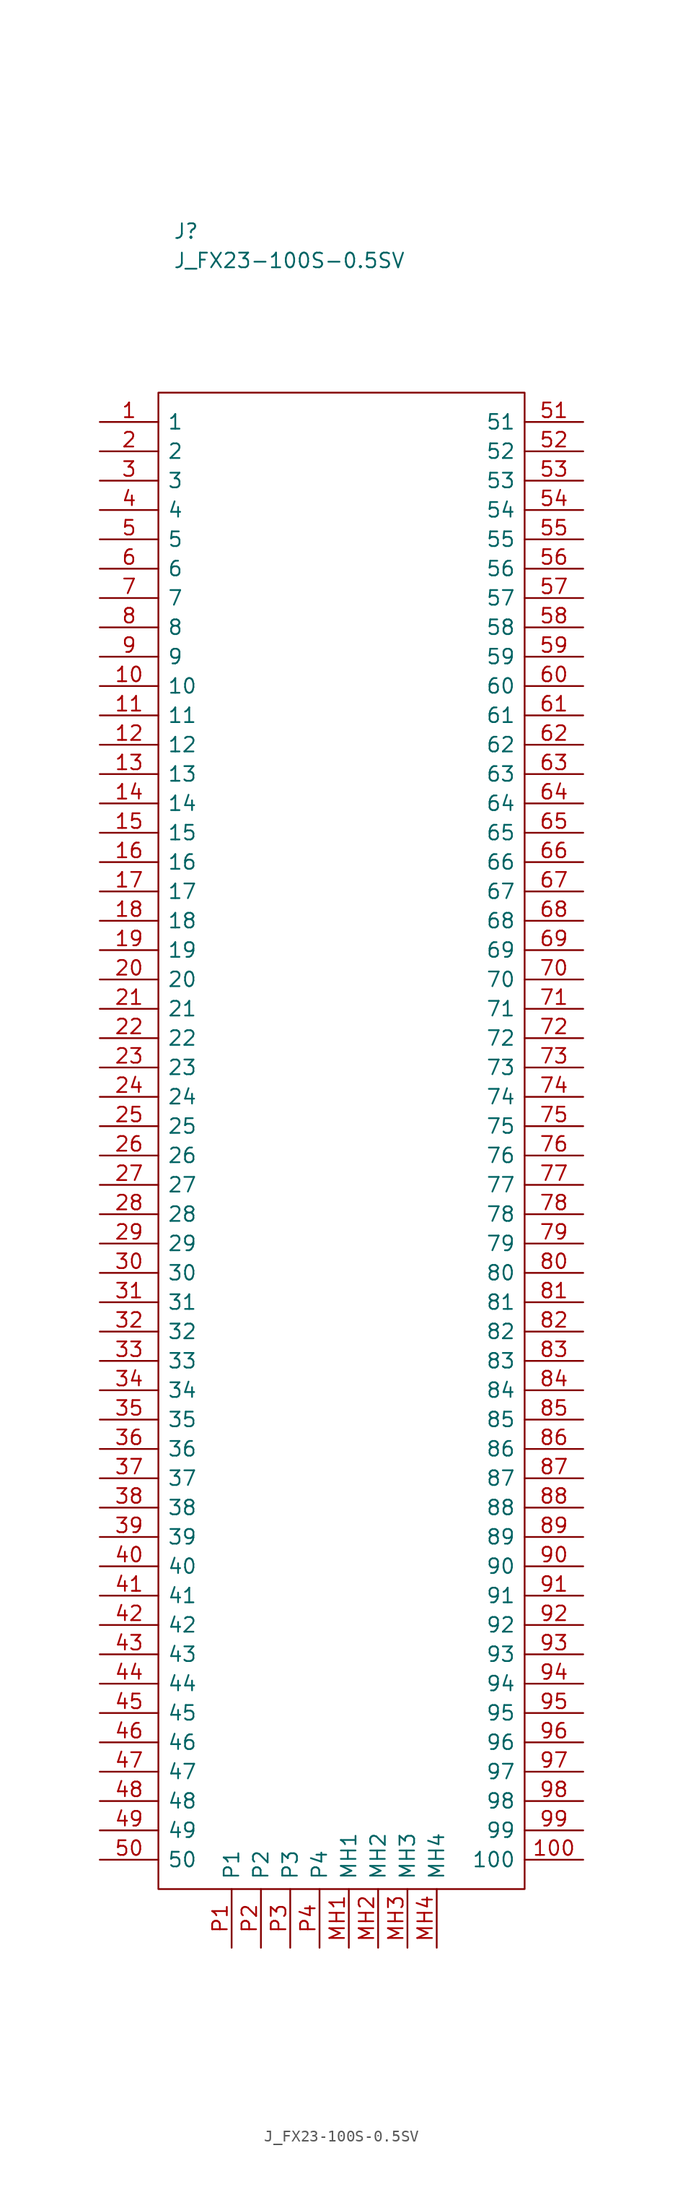
<source format=kicad_sym>
(kicad_symbol_lib
  (version 20211014)
  (generator kicad_symbol_editor)
  (symbol "J_FX23-100S-0.5SV"
    (pin_names
      (offset 0.762))
    (property "Reference" "J"
      (at 6.35 16.51 0)
      (effects (font (size 1.27 1.27)) (justify left)))
    (property "Value" "J_FX23-100S-0.5SV"
      (at 6.35 13.97 0)
      (effects (font (size 1.27 1.27)) (justify left)))
    (symbol "J_FX23-100S-0.5SV_1_1"
      (polyline (pts (xy 5.08 2.54) (xy 36.83 2.54) (xy 36.83 -127) (xy 5.08 -127) (xy 5.08 2.54)) (stroke (width 0.152) (type default) (color 0 0 0 0)) (fill (type none)))
      (pin passive line (at 0 0 0) (length 5.08) (name "1" (effects (font (size 1.27 1.27)))) (number "1" (effects (font (size 1.27 1.27)))))
      (pin passive line (at 0 -22.86 0) (length 5.08) (name "10" (effects (font (size 1.27 1.27)))) (number "10" (effects (font (size 1.27 1.27)))))
      (pin passive line (at 41.91 -124.46 180) (length 5.08) (name "100" (effects (font (size 1.27 1.27)))) (number "100" (effects (font (size 1.27 1.27)))))
      (pin passive line (at 0 -25.4 0) (length 5.08) (name "11" (effects (font (size 1.27 1.27)))) (number "11" (effects (font (size 1.27 1.27)))))
      (pin passive line (at 0 -27.94 0) (length 5.08) (name "12" (effects (font (size 1.27 1.27)))) (number "12" (effects (font (size 1.27 1.27)))))
      (pin passive line (at 0 -30.48 0) (length 5.08) (name "13" (effects (font (size 1.27 1.27)))) (number "13" (effects (font (size 1.27 1.27)))))
      (pin passive line (at 0 -33.02 0) (length 5.08) (name "14" (effects (font (size 1.27 1.27)))) (number "14" (effects (font (size 1.27 1.27)))))
      (pin passive line (at 0 -35.56 0) (length 5.08) (name "15" (effects (font (size 1.27 1.27)))) (number "15" (effects (font (size 1.27 1.27)))))
      (pin passive line (at 0 -38.1 0) (length 5.08) (name "16" (effects (font (size 1.27 1.27)))) (number "16" (effects (font (size 1.27 1.27)))))
      (pin passive line (at 0 -40.64 0) (length 5.08) (name "17" (effects (font (size 1.27 1.27)))) (number "17" (effects (font (size 1.27 1.27)))))
      (pin passive line (at 0 -43.18 0) (length 5.08) (name "18" (effects (font (size 1.27 1.27)))) (number "18" (effects (font (size 1.27 1.27)))))
      (pin passive line (at 0 -45.72 0) (length 5.08) (name "19" (effects (font (size 1.27 1.27)))) (number "19" (effects (font (size 1.27 1.27)))))
      (pin passive line (at 0 -2.54 0) (length 5.08) (name "2" (effects (font (size 1.27 1.27)))) (number "2" (effects (font (size 1.27 1.27)))))
      (pin passive line (at 0 -48.26 0) (length 5.08) (name "20" (effects (font (size 1.27 1.27)))) (number "20" (effects (font (size 1.27 1.27)))))
      (pin passive line (at 0 -50.8 0) (length 5.08) (name "21" (effects (font (size 1.27 1.27)))) (number "21" (effects (font (size 1.27 1.27)))))
      (pin passive line (at 0 -53.34 0) (length 5.08) (name "22" (effects (font (size 1.27 1.27)))) (number "22" (effects (font (size 1.27 1.27)))))
      (pin passive line (at 0 -55.88 0) (length 5.08) (name "23" (effects (font (size 1.27 1.27)))) (number "23" (effects (font (size 1.27 1.27)))))
      (pin passive line (at 0 -58.42 0) (length 5.08) (name "24" (effects (font (size 1.27 1.27)))) (number "24" (effects (font (size 1.27 1.27)))))
      (pin passive line (at 0 -60.96 0) (length 5.08) (name "25" (effects (font (size 1.27 1.27)))) (number "25" (effects (font (size 1.27 1.27)))))
      (pin passive line (at 0 -63.5 0) (length 5.08) (name "26" (effects (font (size 1.27 1.27)))) (number "26" (effects (font (size 1.27 1.27)))))
      (pin passive line (at 0 -66.04 0) (length 5.08) (name "27" (effects (font (size 1.27 1.27)))) (number "27" (effects (font (size 1.27 1.27)))))
      (pin passive line (at 0 -68.58 0) (length 5.08) (name "28" (effects (font (size 1.27 1.27)))) (number "28" (effects (font (size 1.27 1.27)))))
      (pin passive line (at 0 -71.12 0) (length 5.08) (name "29" (effects (font (size 1.27 1.27)))) (number "29" (effects (font (size 1.27 1.27)))))
      (pin passive line (at 0 -5.08 0) (length 5.08) (name "3" (effects (font (size 1.27 1.27)))) (number "3" (effects (font (size 1.27 1.27)))))
      (pin passive line (at 0 -73.66 0) (length 5.08) (name "30" (effects (font (size 1.27 1.27)))) (number "30" (effects (font (size 1.27 1.27)))))
      (pin passive line (at 0 -76.2 0) (length 5.08) (name "31" (effects (font (size 1.27 1.27)))) (number "31" (effects (font (size 1.27 1.27)))))
      (pin passive line (at 0 -78.74 0) (length 5.08) (name "32" (effects (font (size 1.27 1.27)))) (number "32" (effects (font (size 1.27 1.27)))))
      (pin passive line (at 0 -81.28 0) (length 5.08) (name "33" (effects (font (size 1.27 1.27)))) (number "33" (effects (font (size 1.27 1.27)))))
      (pin passive line (at 0 -83.82 0) (length 5.08) (name "34" (effects (font (size 1.27 1.27)))) (number "34" (effects (font (size 1.27 1.27)))))
      (pin passive line (at 0 -86.36 0) (length 5.08) (name "35" (effects (font (size 1.27 1.27)))) (number "35" (effects (font (size 1.27 1.27)))))
      (pin passive line (at 0 -88.9 0) (length 5.08) (name "36" (effects (font (size 1.27 1.27)))) (number "36" (effects (font (size 1.27 1.27)))))
      (pin passive line (at 0 -91.44 0) (length 5.08) (name "37" (effects (font (size 1.27 1.27)))) (number "37" (effects (font (size 1.27 1.27)))))
      (pin passive line (at 0 -93.98 0) (length 5.08) (name "38" (effects (font (size 1.27 1.27)))) (number "38" (effects (font (size 1.27 1.27)))))
      (pin passive line (at 0 -96.52 0) (length 5.08) (name "39" (effects (font (size 1.27 1.27)))) (number "39" (effects (font (size 1.27 1.27)))))
      (pin passive line (at 0 -7.62 0) (length 5.08) (name "4" (effects (font (size 1.27 1.27)))) (number "4" (effects (font (size 1.27 1.27)))))
      (pin passive line (at 0 -99.06 0) (length 5.08) (name "40" (effects (font (size 1.27 1.27)))) (number "40" (effects (font (size 1.27 1.27)))))
      (pin passive line (at 0 -101.6 0) (length 5.08) (name "41" (effects (font (size 1.27 1.27)))) (number "41" (effects (font (size 1.27 1.27)))))
      (pin passive line (at 0 -104.14 0) (length 5.08) (name "42" (effects (font (size 1.27 1.27)))) (number "42" (effects (font (size 1.27 1.27)))))
      (pin passive line (at 0 -106.68 0) (length 5.08) (name "43" (effects (font (size 1.27 1.27)))) (number "43" (effects (font (size 1.27 1.27)))))
      (pin passive line (at 0 -109.22 0) (length 5.08) (name "44" (effects (font (size 1.27 1.27)))) (number "44" (effects (font (size 1.27 1.27)))))
      (pin passive line (at 0 -111.76 0) (length 5.08) (name "45" (effects (font (size 1.27 1.27)))) (number "45" (effects (font (size 1.27 1.27)))))
      (pin passive line (at 0 -114.3 0) (length 5.08) (name "46" (effects (font (size 1.27 1.27)))) (number "46" (effects (font (size 1.27 1.27)))))
      (pin passive line (at 0 -116.84 0) (length 5.08) (name "47" (effects (font (size 1.27 1.27)))) (number "47" (effects (font (size 1.27 1.27)))))
      (pin passive line (at 0 -119.38 0) (length 5.08) (name "48" (effects (font (size 1.27 1.27)))) (number "48" (effects (font (size 1.27 1.27)))))
      (pin passive line (at 0 -121.92 0) (length 5.08) (name "49" (effects (font (size 1.27 1.27)))) (number "49" (effects (font (size 1.27 1.27)))))
      (pin passive line (at 0 -10.16 0) (length 5.08) (name "5" (effects (font (size 1.27 1.27)))) (number "5" (effects (font (size 1.27 1.27)))))
      (pin passive line (at 0 -124.46 0) (length 5.08) (name "50" (effects (font (size 1.27 1.27)))) (number "50" (effects (font (size 1.27 1.27)))))
      (pin passive line (at 41.91 0 180) (length 5.08) (name "51" (effects (font (size 1.27 1.27)))) (number "51" (effects (font (size 1.27 1.27)))))
      (pin passive line (at 41.91 -2.54 180) (length 5.08) (name "52" (effects (font (size 1.27 1.27)))) (number "52" (effects (font (size 1.27 1.27)))))
      (pin passive line (at 41.91 -5.08 180) (length 5.08) (name "53" (effects (font (size 1.27 1.27)))) (number "53" (effects (font (size 1.27 1.27)))))
      (pin passive line (at 41.91 -7.62 180) (length 5.08) (name "54" (effects (font (size 1.27 1.27)))) (number "54" (effects (font (size 1.27 1.27)))))
      (pin passive line (at 41.91 -10.16 180) (length 5.08) (name "55" (effects (font (size 1.27 1.27)))) (number "55" (effects (font (size 1.27 1.27)))))
      (pin passive line (at 41.91 -12.7 180) (length 5.08) (name "56" (effects (font (size 1.27 1.27)))) (number "56" (effects (font (size 1.27 1.27)))))
      (pin passive line (at 41.91 -15.24 180) (length 5.08) (name "57" (effects (font (size 1.27 1.27)))) (number "57" (effects (font (size 1.27 1.27)))))
      (pin passive line (at 41.91 -17.78 180) (length 5.08) (name "58" (effects (font (size 1.27 1.27)))) (number "58" (effects (font (size 1.27 1.27)))))
      (pin passive line (at 41.91 -20.32 180) (length 5.08) (name "59" (effects (font (size 1.27 1.27)))) (number "59" (effects (font (size 1.27 1.27)))))
      (pin passive line (at 0 -12.7 0) (length 5.08) (name "6" (effects (font (size 1.27 1.27)))) (number "6" (effects (font (size 1.27 1.27)))))
      (pin passive line (at 41.91 -22.86 180) (length 5.08) (name "60" (effects (font (size 1.27 1.27)))) (number "60" (effects (font (size 1.27 1.27)))))
      (pin passive line (at 41.91 -25.4 180) (length 5.08) (name "61" (effects (font (size 1.27 1.27)))) (number "61" (effects (font (size 1.27 1.27)))))
      (pin passive line (at 41.91 -27.94 180) (length 5.08) (name "62" (effects (font (size 1.27 1.27)))) (number "62" (effects (font (size 1.27 1.27)))))
      (pin passive line (at 41.91 -30.48 180) (length 5.08) (name "63" (effects (font (size 1.27 1.27)))) (number "63" (effects (font (size 1.27 1.27)))))
      (pin passive line (at 41.91 -33.02 180) (length 5.08) (name "64" (effects (font (size 1.27 1.27)))) (number "64" (effects (font (size 1.27 1.27)))))
      (pin passive line (at 41.91 -35.56 180) (length 5.08) (name "65" (effects (font (size 1.27 1.27)))) (number "65" (effects (font (size 1.27 1.27)))))
      (pin passive line (at 41.91 -38.1 180) (length 5.08) (name "66" (effects (font (size 1.27 1.27)))) (number "66" (effects (font (size 1.27 1.27)))))
      (pin passive line (at 41.91 -40.64 180) (length 5.08) (name "67" (effects (font (size 1.27 1.27)))) (number "67" (effects (font (size 1.27 1.27)))))
      (pin passive line (at 41.91 -43.18 180) (length 5.08) (name "68" (effects (font (size 1.27 1.27)))) (number "68" (effects (font (size 1.27 1.27)))))
      (pin passive line (at 41.91 -45.72 180) (length 5.08) (name "69" (effects (font (size 1.27 1.27)))) (number "69" (effects (font (size 1.27 1.27)))))
      (pin passive line (at 0 -15.24 0) (length 5.08) (name "7" (effects (font (size 1.27 1.27)))) (number "7" (effects (font (size 1.27 1.27)))))
      (pin passive line (at 41.91 -48.26 180) (length 5.08) (name "70" (effects (font (size 1.27 1.27)))) (number "70" (effects (font (size 1.27 1.27)))))
      (pin passive line (at 41.91 -50.8 180) (length 5.08) (name "71" (effects (font (size 1.27 1.27)))) (number "71" (effects (font (size 1.27 1.27)))))
      (pin passive line (at 41.91 -53.34 180) (length 5.08) (name "72" (effects (font (size 1.27 1.27)))) (number "72" (effects (font (size 1.27 1.27)))))
      (pin passive line (at 41.91 -55.88 180) (length 5.08) (name "73" (effects (font (size 1.27 1.27)))) (number "73" (effects (font (size 1.27 1.27)))))
      (pin passive line (at 41.91 -58.42 180) (length 5.08) (name "74" (effects (font (size 1.27 1.27)))) (number "74" (effects (font (size 1.27 1.27)))))
      (pin passive line (at 41.91 -60.96 180) (length 5.08) (name "75" (effects (font (size 1.27 1.27)))) (number "75" (effects (font (size 1.27 1.27)))))
      (pin passive line (at 41.91 -63.5 180) (length 5.08) (name "76" (effects (font (size 1.27 1.27)))) (number "76" (effects (font (size 1.27 1.27)))))
      (pin passive line (at 41.91 -66.04 180) (length 5.08) (name "77" (effects (font (size 1.27 1.27)))) (number "77" (effects (font (size 1.27 1.27)))))
      (pin passive line (at 41.91 -68.58 180) (length 5.08) (name "78" (effects (font (size 1.27 1.27)))) (number "78" (effects (font (size 1.27 1.27)))))
      (pin passive line (at 41.91 -71.12 180) (length 5.08) (name "79" (effects (font (size 1.27 1.27)))) (number "79" (effects (font (size 1.27 1.27)))))
      (pin passive line (at 0 -17.78 0) (length 5.08) (name "8" (effects (font (size 1.27 1.27)))) (number "8" (effects (font (size 1.27 1.27)))))
      (pin passive line (at 41.91 -73.66 180) (length 5.08) (name "80" (effects (font (size 1.27 1.27)))) (number "80" (effects (font (size 1.27 1.27)))))
      (pin passive line (at 41.91 -76.2 180) (length 5.08) (name "81" (effects (font (size 1.27 1.27)))) (number "81" (effects (font (size 1.27 1.27)))))
      (pin passive line (at 41.91 -78.74 180) (length 5.08) (name "82" (effects (font (size 1.27 1.27)))) (number "82" (effects (font (size 1.27 1.27)))))
      (pin passive line (at 41.91 -81.28 180) (length 5.08) (name "83" (effects (font (size 1.27 1.27)))) (number "83" (effects (font (size 1.27 1.27)))))
      (pin passive line (at 41.91 -83.82 180) (length 5.08) (name "84" (effects (font (size 1.27 1.27)))) (number "84" (effects (font (size 1.27 1.27)))))
      (pin passive line (at 41.91 -86.36 180) (length 5.08) (name "85" (effects (font (size 1.27 1.27)))) (number "85" (effects (font (size 1.27 1.27)))))
      (pin passive line (at 41.91 -88.9 180) (length 5.08) (name "86" (effects (font (size 1.27 1.27)))) (number "86" (effects (font (size 1.27 1.27)))))
      (pin passive line (at 41.91 -91.44 180) (length 5.08) (name "87" (effects (font (size 1.27 1.27)))) (number "87" (effects (font (size 1.27 1.27)))))
      (pin passive line (at 41.91 -93.98 180) (length 5.08) (name "88" (effects (font (size 1.27 1.27)))) (number "88" (effects (font (size 1.27 1.27)))))
      (pin passive line (at 41.91 -96.52 180) (length 5.08) (name "89" (effects (font (size 1.27 1.27)))) (number "89" (effects (font (size 1.27 1.27)))))
      (pin passive line (at 0 -20.32 0) (length 5.08) (name "9" (effects (font (size 1.27 1.27)))) (number "9" (effects (font (size 1.27 1.27)))))
      (pin passive line (at 41.91 -99.06 180) (length 5.08) (name "90" (effects (font (size 1.27 1.27)))) (number "90" (effects (font (size 1.27 1.27)))))
      (pin passive line (at 41.91 -101.6 180) (length 5.08) (name "91" (effects (font (size 1.27 1.27)))) (number "91" (effects (font (size 1.27 1.27)))))
      (pin passive line (at 41.91 -104.14 180) (length 5.08) (name "92" (effects (font (size 1.27 1.27)))) (number "92" (effects (font (size 1.27 1.27)))))
      (pin passive line (at 41.91 -106.68 180) (length 5.08) (name "93" (effects (font (size 1.27 1.27)))) (number "93" (effects (font (size 1.27 1.27)))))
      (pin passive line (at 41.91 -109.22 180) (length 5.08) (name "94" (effects (font (size 1.27 1.27)))) (number "94" (effects (font (size 1.27 1.27)))))
      (pin passive line (at 41.91 -111.76 180) (length 5.08) (name "95" (effects (font (size 1.27 1.27)))) (number "95" (effects (font (size 1.27 1.27)))))
      (pin passive line (at 41.91 -114.3 180) (length 5.08) (name "96" (effects (font (size 1.27 1.27)))) (number "96" (effects (font (size 1.27 1.27)))))
      (pin passive line (at 41.91 -116.84 180) (length 5.08) (name "97" (effects (font (size 1.27 1.27)))) (number "97" (effects (font (size 1.27 1.27)))))
      (pin passive line (at 41.91 -119.38 180) (length 5.08) (name "98" (effects (font (size 1.27 1.27)))) (number "98" (effects (font (size 1.27 1.27)))))
      (pin passive line (at 41.91 -121.92 180) (length 5.08) (name "99" (effects (font (size 1.27 1.27)))) (number "99" (effects (font (size 1.27 1.27)))))
      (pin passive line (at 21.59 -132.08 90) (length 5.08) (name "MH1" (effects (font (size 1.27 1.27)))) (number "MH1" (effects (font (size 1.27 1.27)))))
      (pin passive line (at 24.13 -132.08 90) (length 5.08) (name "MH2" (effects (font (size 1.27 1.27)))) (number "MH2" (effects (font (size 1.27 1.27)))))
      (pin passive line (at 26.67 -132.08 90) (length 5.08) (name "MH3" (effects (font (size 1.27 1.27)))) (number "MH3" (effects (font (size 1.27 1.27)))))
      (pin passive line (at 29.21 -132.08 90) (length 5.08) (name "MH4" (effects (font (size 1.27 1.27)))) (number "MH4" (effects (font (size 1.27 1.27)))))
      (pin passive line (at 11.43 -132.08 90) (length 5.08) (name "P1" (effects (font (size 1.27 1.27)))) (number "P1" (effects (font (size 1.27 1.27)))))
      (pin passive line (at 13.97 -132.08 90) (length 5.08) (name "P2" (effects (font (size 1.27 1.27)))) (number "P2" (effects (font (size 1.27 1.27)))))
      (pin passive line (at 16.51 -132.08 90) (length 5.08) (name "P3" (effects (font (size 1.27 1.27)))) (number "P3" (effects (font (size 1.27 1.27)))))
      (pin passive line (at 19.05 -132.08 90) (length 5.08) (name "P4" (effects (font (size 1.27 1.27)))) (number "P4" (effects (font (size 1.27 1.27))))))))
</source>
